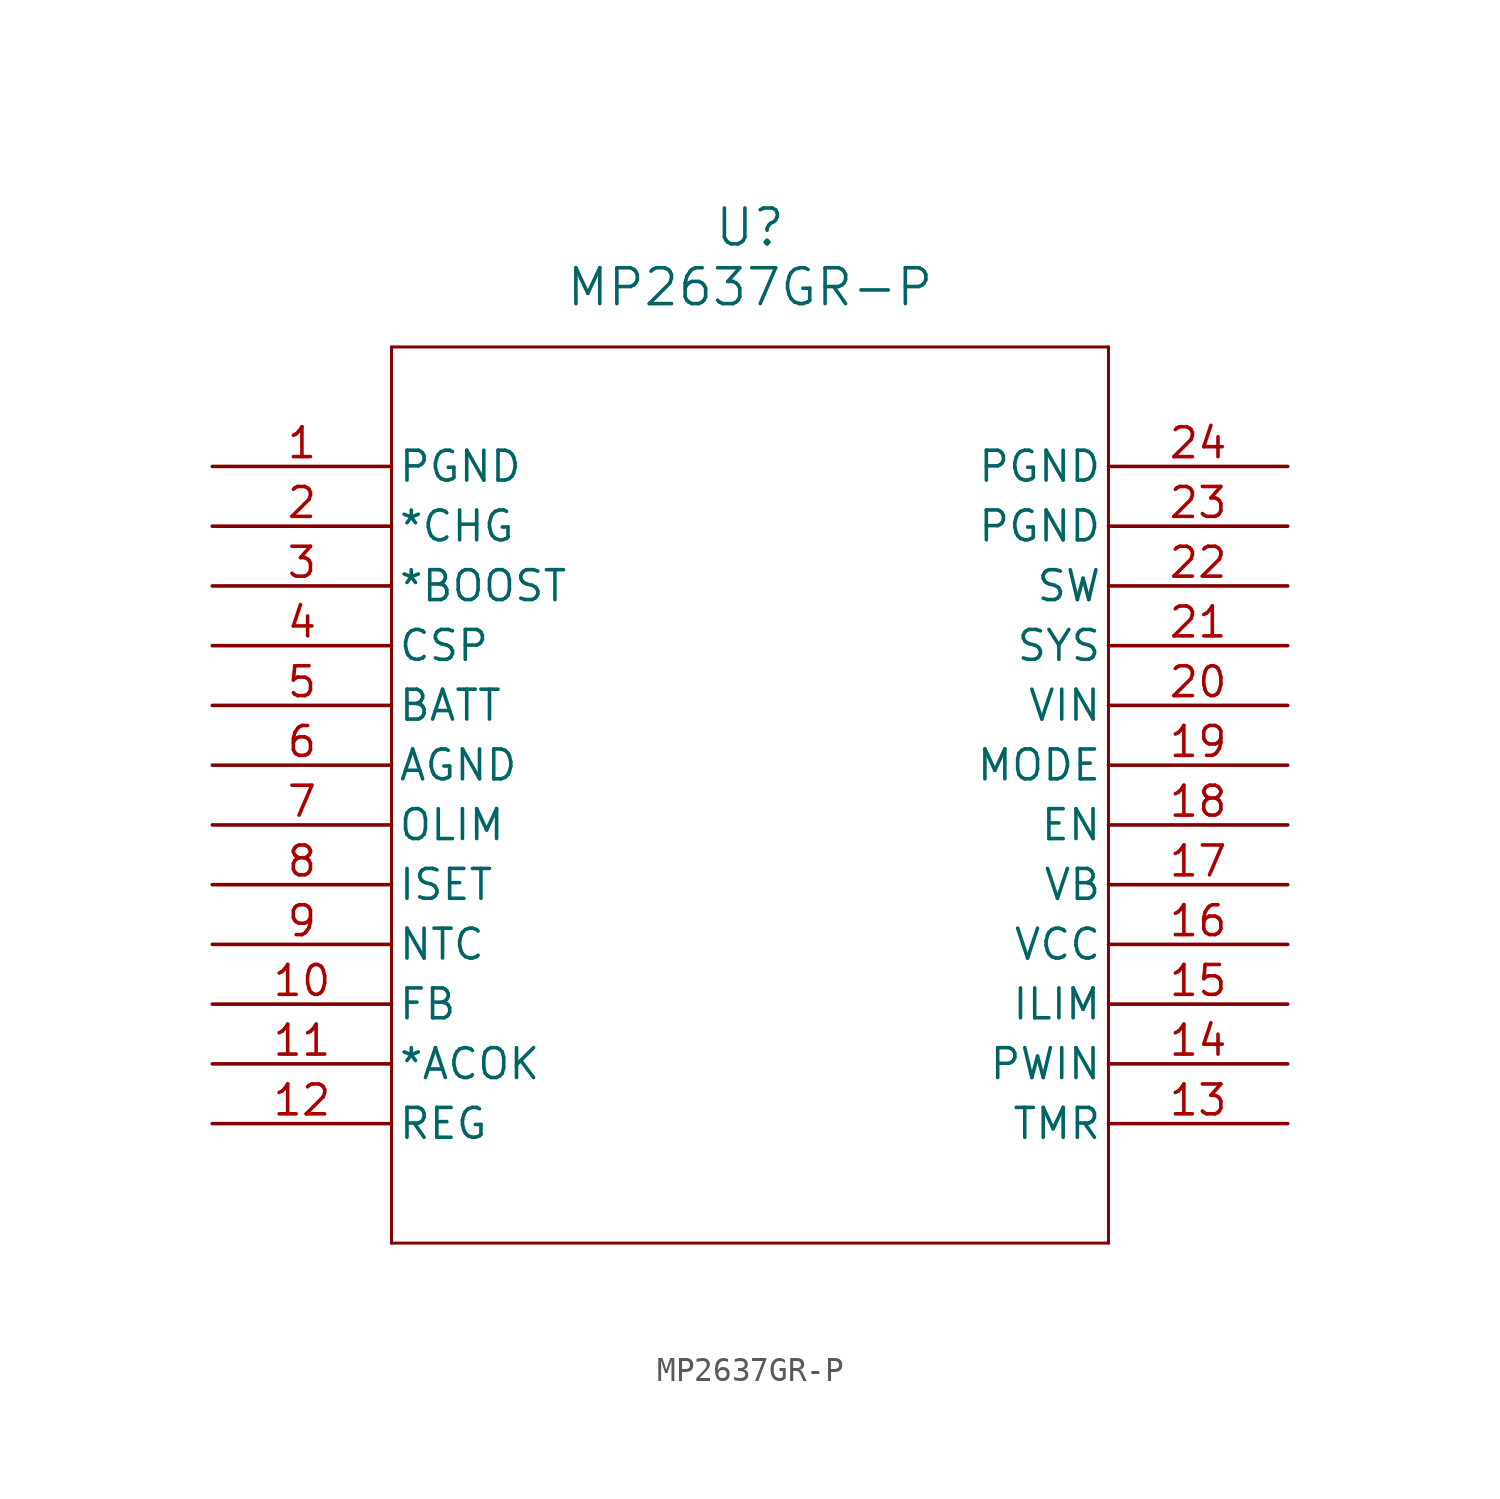
<source format=kicad_sym>
(kicad_symbol_lib
  (version 20241209)
  (generator "kicad_symbol_editor")
  (generator_version "9.0")
  (symbol "MP2637GR-P"
    (pin_names
      (offset 0.254))
    (property "Reference" "U"
      (at 22.86 10.16 0)
      (effects (font (size 1.524 1.524))))
    (property "Value" "MP2637GR-P"
      (at 22.86 7.62 0)
      (effects (font (size 1.524 1.524))))
    (property "ki_locked" ""
      (at 0 0 0)
      (effects (font (size 1.27 1.27))))
    (symbol "MP2637GR-P_0_1"
      (polyline (pts (xy 7.62 5.08) (xy 7.62 -33.02)) (stroke (width 0.127) (type default)) (fill (type none)))
      (polyline (pts (xy 7.62 -33.02) (xy 38.1 -33.02)) (stroke (width 0.127) (type default)) (fill (type none)))
      (polyline (pts (xy 38.1 5.08) (xy 7.62 5.08)) (stroke (width 0.127) (type default)) (fill (type none)))
      (polyline (pts (xy 38.1 -33.02) (xy 38.1 5.08)) (stroke (width 0.127) (type default)) (fill (type none)))
      (pin power_in line (at 0 0 0) (length 7.62) (name "PGND" (effects (font (size 1.27 1.27)))) (number "1" (effects (font (size 1.27 1.27)))))
      (pin power_in line (at 0 -12.7 0) (length 7.62) (name "AGND" (effects (font (size 1.27 1.27)))) (number "6" (effects (font (size 1.27 1.27)))))
      (pin power_in line (at 45.72 0 180) (length 7.62) (name "PGND" (effects (font (size 1.27 1.27)))) (number "24" (effects (font (size 1.27 1.27)))))
      (pin power_in line (at 45.72 -2.54 180) (length 7.62) (name "PGND" (effects (font (size 1.27 1.27)))) (number "23" (effects (font (size 1.27 1.27)))))
      (pin power_in line (at 45.72 -10.16 180) (length 7.62) (name "VIN" (effects (font (size 1.27 1.27)))) (number "20" (effects (font (size 1.27 1.27)))))
      (pin power_in line (at 45.72 -20.32 180) (length 7.62) (name "VCC" (effects (font (size 1.27 1.27)))) (number "16" (effects (font (size 1.27 1.27))))))
    (symbol "MP2637GR-P_1_1"
      (pin output line (at 0 -2.54 0) (length 7.62) (name "*CHG" (effects (font (size 1.27 1.27)))) (number "2" (effects (font (size 1.27 1.27)))))
      (pin output line (at 0 -5.08 0) (length 7.62) (name "*BOOST" (effects (font (size 1.27 1.27)))) (number "3" (effects (font (size 1.27 1.27)))))
      (pin input line (at 0 -7.62 0) (length 7.62) (name "CSP" (effects (font (size 1.27 1.27)))) (number "4" (effects (font (size 1.27 1.27)))))
      (pin input line (at 0 -10.16 0) (length 7.62) (name "BATT" (effects (font (size 1.27 1.27)))) (number "5" (effects (font (size 1.27 1.27)))))
      (pin power_in line (at 0 -15.24 0) (length 7.62) (name "OLIM" (effects (font (size 1.27 1.27)))) (number "7" (effects (font (size 1.27 1.27)))))
      (pin power_in line (at 0 -17.78 0) (length 7.62) (name "ISET" (effects (font (size 1.27 1.27)))) (number "8" (effects (font (size 1.27 1.27)))))
      (pin power_in line (at 0 -20.32 0) (length 7.62) (name "NTC" (effects (font (size 1.27 1.27)))) (number "9" (effects (font (size 1.27 1.27)))))
      (pin power_in line (at 0 -22.86 0) (length 7.62) (name "FB" (effects (font (size 1.27 1.27)))) (number "10" (effects (font (size 1.27 1.27)))))
      (pin output line (at 0 -25.4 0) (length 7.62) (name "*ACOK" (effects (font (size 1.27 1.27)))) (number "11" (effects (font (size 1.27 1.27)))))
      (pin power_in line (at 0 -27.94 0) (length 7.62) (name "REG" (effects (font (size 1.27 1.27)))) (number "12" (effects (font (size 1.27 1.27)))))
      (pin input line (at 45.72 -5.08 180) (length 7.62) (name "SW" (effects (font (size 1.27 1.27)))) (number "22" (effects (font (size 1.27 1.27)))))
      (pin power_out line (at 45.72 -7.62 180) (length 7.62) (name "SYS" (effects (font (size 1.27 1.27)))) (number "21" (effects (font (size 1.27 1.27)))))
      (pin input line (at 45.72 -12.7 180) (length 7.62) (name "MODE" (effects (font (size 1.27 1.27)))) (number "19" (effects (font (size 1.27 1.27)))))
      (pin input line (at 45.72 -15.24 180) (length 7.62) (name "EN" (effects (font (size 1.27 1.27)))) (number "18" (effects (font (size 1.27 1.27)))))
      (pin input line (at 45.72 -17.78 180) (length 7.62) (name "VB" (effects (font (size 1.27 1.27)))) (number "17" (effects (font (size 1.27 1.27)))))
      (pin power_out line (at 45.72 -22.86 180) (length 7.62) (name "ILIM" (effects (font (size 1.27 1.27)))) (number "15" (effects (font (size 1.27 1.27)))))
      (pin input line (at 45.72 -25.4 180) (length 7.62) (name "PWIN" (effects (font (size 1.27 1.27)))) (number "14" (effects (font (size 1.27 1.27)))))
      (pin power_out line (at 45.72 -27.94 180) (length 7.62) (name "TMR" (effects (font (size 1.27 1.27)))) (number "13" (effects (font (size 1.27 1.27))))))))
</source>
